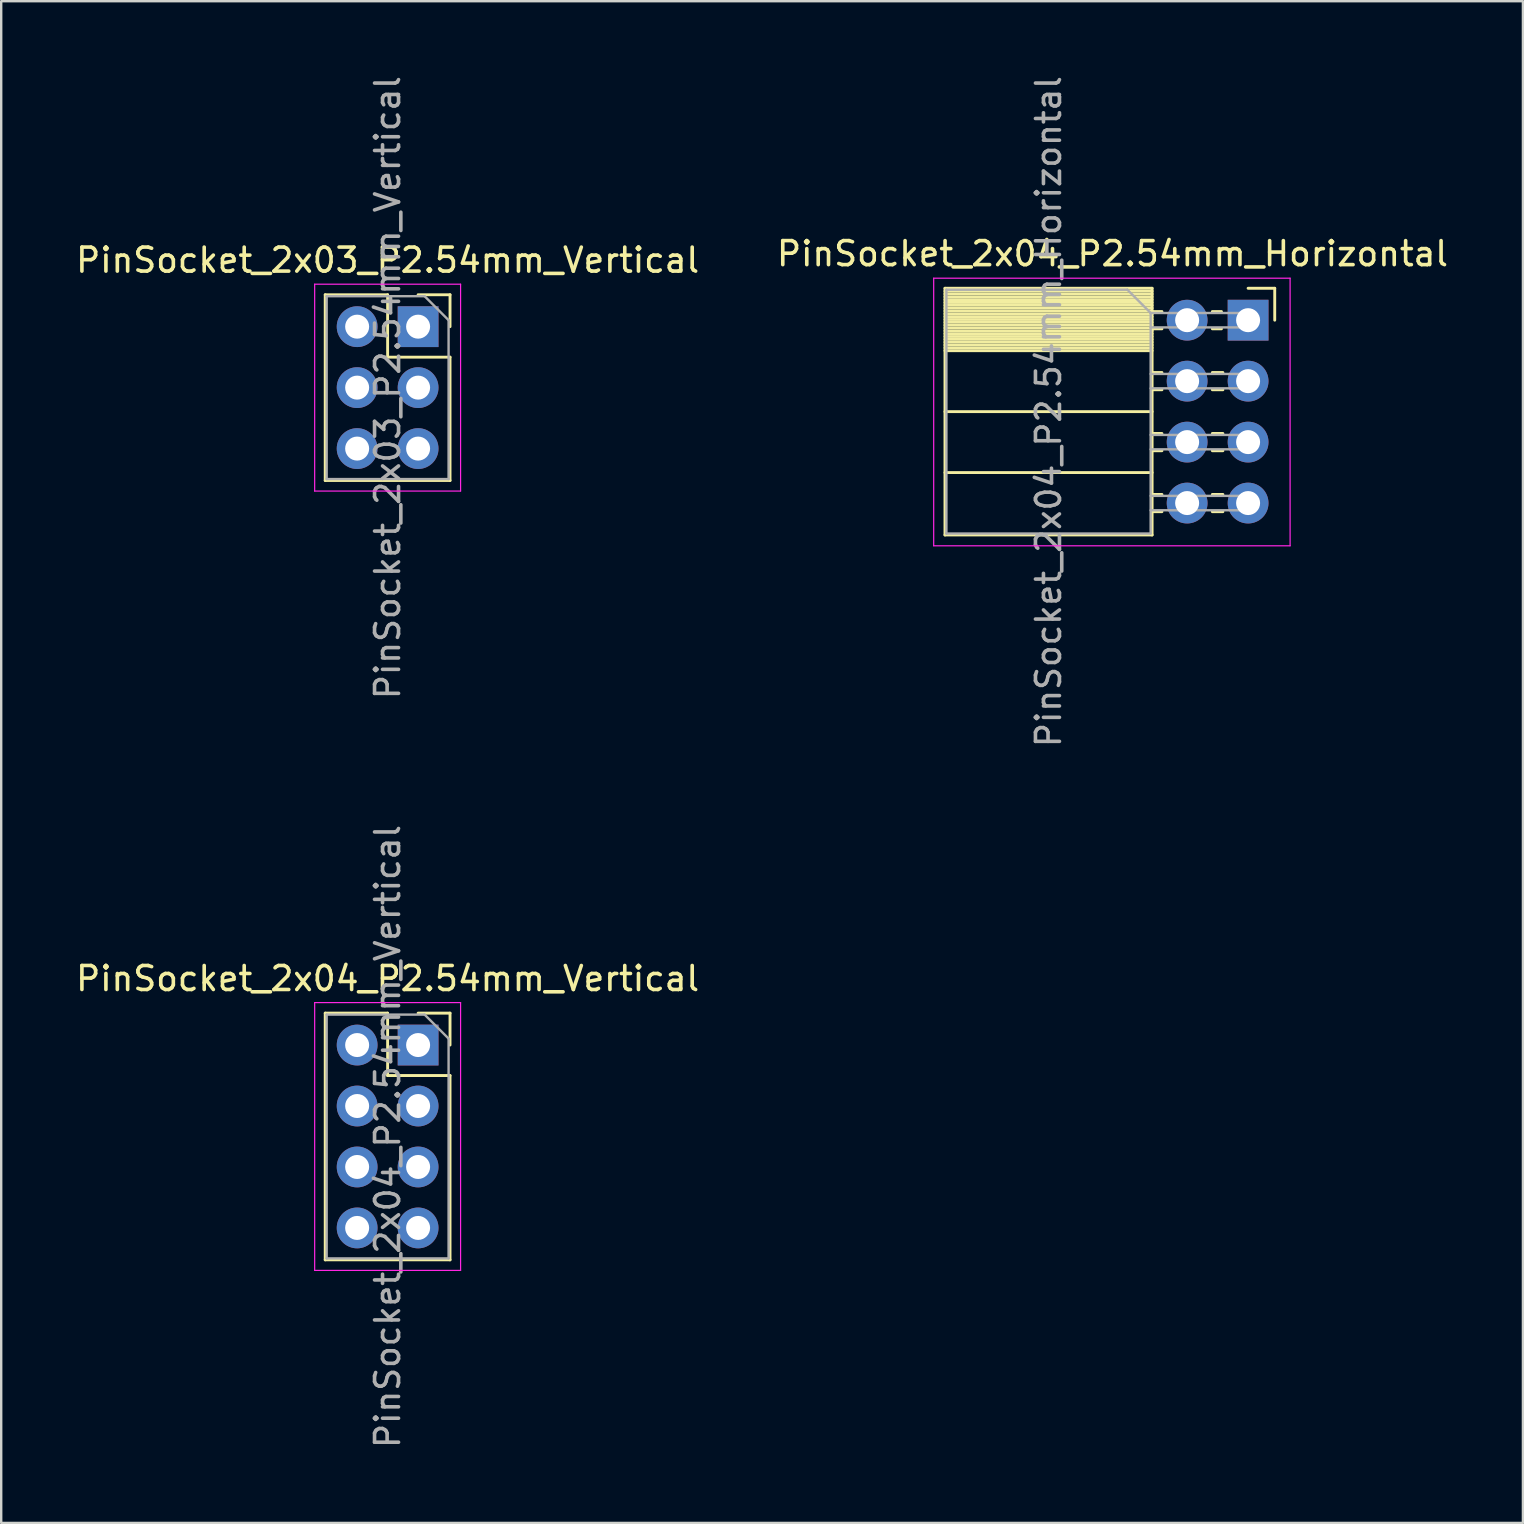
<source format=kicad_pcb>
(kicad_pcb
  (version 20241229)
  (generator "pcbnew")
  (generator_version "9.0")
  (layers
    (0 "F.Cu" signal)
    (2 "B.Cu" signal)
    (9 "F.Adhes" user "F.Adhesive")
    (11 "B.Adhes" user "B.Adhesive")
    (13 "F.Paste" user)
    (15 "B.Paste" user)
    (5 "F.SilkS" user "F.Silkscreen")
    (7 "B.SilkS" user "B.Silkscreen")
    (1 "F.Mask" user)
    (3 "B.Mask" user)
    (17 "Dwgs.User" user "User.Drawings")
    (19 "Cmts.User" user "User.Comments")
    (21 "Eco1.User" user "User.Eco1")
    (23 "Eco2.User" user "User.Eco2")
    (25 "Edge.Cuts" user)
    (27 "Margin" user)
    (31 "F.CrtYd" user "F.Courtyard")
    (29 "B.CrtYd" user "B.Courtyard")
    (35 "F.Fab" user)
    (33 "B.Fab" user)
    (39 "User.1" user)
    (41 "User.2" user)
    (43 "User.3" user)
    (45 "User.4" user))
  (footprint "PinSocket_2x04_P2.54mm_Vertical"
    (layer "F.Cu")
    (at 14.371 40.494)
    (property "Reference" "PinSocket_2x04_P2.54mm_Vertical" (at -1.27 -2.77 0) (layer "F.SilkS") (effects (font (size 1 1) (thickness 0.15))))
    (attr through_hole)
    (fp_line (start -3.87 -1.33) (end -3.87 8.95) (stroke (width 0.12) (type solid)) (layer "F.SilkS"))
    (fp_line (start -3.87 -1.33) (end -1.27 -1.33) (stroke (width 0.12) (type solid)) (layer "F.SilkS"))
    (fp_line (start -3.87 8.95) (end 1.33 8.95) (stroke (width 0.12) (type solid)) (layer "F.SilkS"))
    (fp_line (start -1.27 -1.33) (end -1.27 1.27) (stroke (width 0.12) (type solid)) (layer "F.SilkS"))
    (fp_line (start -1.27 1.27) (end 1.33 1.27) (stroke (width 0.12) (type solid)) (layer "F.SilkS"))
    (fp_line (start 0 -1.33) (end 1.33 -1.33) (stroke (width 0.12) (type solid)) (layer "F.SilkS"))
    (fp_line (start 1.33 -1.33) (end 1.33 0) (stroke (width 0.12) (type solid)) (layer "F.SilkS"))
    (fp_line (start 1.33 1.27) (end 1.33 8.95) (stroke (width 0.12) (type solid)) (layer "F.SilkS"))
    (fp_line (start -4.31 -1.77) (end 1.77 -1.77) (stroke (width 0.05) (type solid)) (layer "F.CrtYd"))
    (fp_line (start -4.31 9.39) (end -4.31 -1.77) (stroke (width 0.05) (type solid)) (layer "F.CrtYd"))
    (fp_line (start 1.77 -1.77) (end 1.77 9.39) (stroke (width 0.05) (type solid)) (layer "F.CrtYd"))
    (fp_line (start 1.77 9.39) (end -4.31 9.39) (stroke (width 0.05) (type solid)) (layer "F.CrtYd"))
    (fp_line (start -3.81 -1.27) (end 0.27 -1.27) (stroke (width 0.1) (type solid)) (layer "F.Fab"))
    (fp_line (start -3.81 8.89) (end -3.81 -1.27) (stroke (width 0.1) (type solid)) (layer "F.Fab"))
    (fp_line (start 0.27 -1.27) (end 1.27 -0.27) (stroke (width 0.1) (type solid)) (layer "F.Fab"))
    (fp_line (start 1.27 -0.27) (end 1.27 8.89) (stroke (width 0.1) (type solid)) (layer "F.Fab"))
    (fp_line (start 1.27 8.89) (end -3.81 8.89) (stroke (width 0.1) (type solid)) (layer "F.Fab"))
    (fp_text user "${REFERENCE}" (at -1.27 3.81 90) (layer "F.Fab") (effects (font (size 1 1) (thickness 0.15))))
    (pad "1" thru_hole rect (at 0 0) (size 1.7 1.7) (drill 1) (layers "*.Cu" "*.Mask"))
    (pad "2" thru_hole circle (at -2.54 0) (size 1.7 1.7) (drill 1) (layers "*.Cu" "*.Mask"))
    (pad "3" thru_hole circle (at 0 2.54) (size 1.7 1.7) (drill 1) (layers "*.Cu" "*.Mask"))
    (pad "4" thru_hole circle (at -2.54 2.54) (size 1.7 1.7) (drill 1) (layers "*.Cu" "*.Mask"))
    (pad "5" thru_hole circle (at 0 5.08) (size 1.7 1.7) (drill 1) (layers "*.Cu" "*.Mask"))
    (pad "6" thru_hole circle (at -2.54 5.08) (size 1.7 1.7) (drill 1) (layers "*.Cu" "*.Mask"))
    (pad "7" thru_hole circle (at 0 7.62) (size 1.7 1.7) (drill 1) (layers "*.Cu" "*.Mask"))
    (pad "8" thru_hole circle (at -2.54 7.62) (size 1.7 1.7) (drill 1) (layers "*.Cu" "*.Mask")))
  (footprint "PinSocket_2x04_P2.54mm_Horizontal"
    (layer "F.Cu")
    (at 48.954 10.291)
    (property "Reference" "PinSocket_2x04_P2.54mm_Horizontal" (at -5.65 -2.77 0) (layer "F.SilkS") (effects (font (size 1 1) (thickness 0.15))))
    (attr through_hole)
    (fp_line (start -12.63 -1.33) (end -12.63 8.95) (stroke (width 0.12) (type solid)) (layer "F.SilkS"))
    (fp_line (start -12.63 -1.33) (end -4 -1.33) (stroke (width 0.12) (type solid)) (layer "F.SilkS"))
    (fp_line (start -12.63 -1.21) (end -4 -1.21) (stroke (width 0.12) (type solid)) (layer "F.SilkS"))
    (fp_line (start -12.63 -1.092) (end -4 -1.092) (stroke (width 0.12) (type solid)) (layer "F.SilkS"))
    (fp_line (start -12.63 -0.974) (end -4 -0.974) (stroke (width 0.12) (type solid)) (layer "F.SilkS"))
    (fp_line (start -12.63 -0.856) (end -4 -0.856) (stroke (width 0.12) (type solid)) (layer "F.SilkS"))
    (fp_line (start -12.63 -0.738) (end -4 -0.738) (stroke (width 0.12) (type solid)) (layer "F.SilkS"))
    (fp_line (start -12.63 -0.62) (end -4 -0.62) (stroke (width 0.12) (type solid)) (layer "F.SilkS"))
    (fp_line (start -12.63 -0.501) (end -4 -0.501) (stroke (width 0.12) (type solid)) (layer "F.SilkS"))
    (fp_line (start -12.63 -0.383) (end -4 -0.383) (stroke (width 0.12) (type solid)) (layer "F.SilkS"))
    (fp_line (start -12.63 -0.265) (end -4 -0.265) (stroke (width 0.12) (type solid)) (layer "F.SilkS"))
    (fp_line (start -12.63 -0.147) (end -4 -0.147) (stroke (width 0.12) (type solid)) (layer "F.SilkS"))
    (fp_line (start -12.63 -0.029) (end -4 -0.029) (stroke (width 0.12) (type solid)) (layer "F.SilkS"))
    (fp_line (start -12.63 0.089) (end -4 0.089) (stroke (width 0.12) (type solid)) (layer "F.SilkS"))
    (fp_line (start -12.63 0.207) (end -4 0.207) (stroke (width 0.12) (type solid)) (layer "F.SilkS"))
    (fp_line (start -12.63 0.325) (end -4 0.325) (stroke (width 0.12) (type solid)) (layer "F.SilkS"))
    (fp_line (start -12.63 0.443) (end -4 0.443) (stroke (width 0.12) (type solid)) (layer "F.SilkS"))
    (fp_line (start -12.63 0.561) (end -4 0.561) (stroke (width 0.12) (type solid)) (layer "F.SilkS"))
    (fp_line (start -12.63 0.68) (end -4 0.68) (stroke (width 0.12) (type solid)) (layer "F.SilkS"))
    (fp_line (start -12.63 0.798) (end -4 0.798) (stroke (width 0.12) (type solid)) (layer "F.SilkS"))
    (fp_line (start -12.63 0.916) (end -4 0.916) (stroke (width 0.12) (type solid)) (layer "F.SilkS"))
    (fp_line (start -12.63 1.034) (end -4 1.034) (stroke (width 0.12) (type solid)) (layer "F.SilkS"))
    (fp_line (start -12.63 1.152) (end -4 1.152) (stroke (width 0.12) (type solid)) (layer "F.SilkS"))
    (fp_line (start -12.63 1.27) (end -4 1.27) (stroke (width 0.12) (type solid)) (layer "F.SilkS"))
    (fp_line (start -12.63 3.81) (end -4 3.81) (stroke (width 0.12) (type solid)) (layer "F.SilkS"))
    (fp_line (start -12.63 6.35) (end -4 6.35) (stroke (width 0.12) (type solid)) (layer "F.SilkS"))
    (fp_line (start -12.63 8.95) (end -4 8.95) (stroke (width 0.12) (type solid)) (layer "F.SilkS"))
    (fp_line (start -4 -1.33) (end -4 8.95) (stroke (width 0.12) (type solid)) (layer "F.SilkS"))
    (fp_line (start -4 -0.36) (end -3.59 -0.36) (stroke (width 0.12) (type solid)) (layer "F.SilkS"))
    (fp_line (start -4 0.36) (end -3.59 0.36) (stroke (width 0.12) (type solid)) (layer "F.SilkS"))
    (fp_line (start -4 2.18) (end -3.59 2.18) (stroke (width 0.12) (type solid)) (layer "F.SilkS"))
    (fp_line (start -4 2.9) (end -3.59 2.9) (stroke (width 0.12) (type solid)) (layer "F.SilkS"))
    (fp_line (start -4 4.72) (end -3.59 4.72) (stroke (width 0.12) (type solid)) (layer "F.SilkS"))
    (fp_line (start -4 5.44) (end -3.59 5.44) (stroke (width 0.12) (type solid)) (layer "F.SilkS"))
    (fp_line (start -4 7.26) (end -3.59 7.26) (stroke (width 0.12) (type solid)) (layer "F.SilkS"))
    (fp_line (start -4 7.98) (end -3.59 7.98) (stroke (width 0.12) (type solid)) (layer "F.SilkS"))
    (fp_line (start -1.49 -0.36) (end -1.11 -0.36) (stroke (width 0.12) (type solid)) (layer "F.SilkS"))
    (fp_line (start -1.49 0.36) (end -1.11 0.36) (stroke (width 0.12) (type solid)) (layer "F.SilkS"))
    (fp_line (start -1.49 2.18) (end -1.05 2.18) (stroke (width 0.12) (type solid)) (layer "F.SilkS"))
    (fp_line (start -1.49 2.9) (end -1.05 2.9) (stroke (width 0.12) (type solid)) (layer "F.SilkS"))
    (fp_line (start -1.49 4.72) (end -1.05 4.72) (stroke (width 0.12) (type solid)) (layer "F.SilkS"))
    (fp_line (start -1.49 5.44) (end -1.05 5.44) (stroke (width 0.12) (type solid)) (layer "F.SilkS"))
    (fp_line (start -1.49 7.26) (end -1.05 7.26) (stroke (width 0.12) (type solid)) (layer "F.SilkS"))
    (fp_line (start -1.49 7.98) (end -1.05 7.98) (stroke (width 0.12) (type solid)) (layer "F.SilkS"))
    (fp_line (start 0 -1.33) (end 1.11 -1.33) (stroke (width 0.12) (type solid)) (layer "F.SilkS"))
    (fp_line (start 1.11 -1.33) (end 1.11 0) (stroke (width 0.12) (type solid)) (layer "F.SilkS"))
    (fp_line (start -13.1 -1.75) (end -13.1 9.4) (stroke (width 0.05) (type solid)) (layer "F.CrtYd"))
    (fp_line (start -13.1 9.4) (end 1.75 9.4) (stroke (width 0.05) (type solid)) (layer "F.CrtYd"))
    (fp_line (start 1.75 -1.75) (end -13.1 -1.75) (stroke (width 0.05) (type solid)) (layer "F.CrtYd"))
    (fp_line (start 1.75 9.4) (end 1.75 -1.75) (stroke (width 0.05) (type solid)) (layer "F.CrtYd"))
    (fp_line (start -12.57 -1.27) (end -5.03 -1.27) (stroke (width 0.1) (type solid)) (layer "F.Fab"))
    (fp_line (start -12.57 8.89) (end -12.57 -1.27) (stroke (width 0.1) (type solid)) (layer "F.Fab"))
    (fp_line (start -5.03 -1.27) (end -4.06 -0.3) (stroke (width 0.1) (type solid)) (layer "F.Fab"))
    (fp_line (start -4.06 -0.3) (end -4.06 8.89) (stroke (width 0.1) (type solid)) (layer "F.Fab"))
    (fp_line (start -4.06 0.3) (end 0 0.3) (stroke (width 0.1) (type solid)) (layer "F.Fab"))
    (fp_line (start -4.06 2.84) (end 0 2.84) (stroke (width 0.1) (type solid)) (layer "F.Fab"))
    (fp_line (start -4.06 5.38) (end 0 5.38) (stroke (width 0.1) (type solid)) (layer "F.Fab"))
    (fp_line (start -4.06 7.92) (end 0 7.92) (stroke (width 0.1) (type solid)) (layer "F.Fab"))
    (fp_line (start -4.06 8.89) (end -12.57 8.89) (stroke (width 0.1) (type solid)) (layer "F.Fab"))
    (fp_line (start 0 -0.3) (end -4.06 -0.3) (stroke (width 0.1) (type solid)) (layer "F.Fab"))
    (fp_line (start 0 0.3) (end 0 -0.3) (stroke (width 0.1) (type solid)) (layer "F.Fab"))
    (fp_line (start 0 2.24) (end -4.06 2.24) (stroke (width 0.1) (type solid)) (layer "F.Fab"))
    (fp_line (start 0 2.84) (end 0 2.24) (stroke (width 0.1) (type solid)) (layer "F.Fab"))
    (fp_line (start 0 4.78) (end -4.06 4.78) (stroke (width 0.1) (type solid)) (layer "F.Fab"))
    (fp_line (start 0 5.38) (end 0 4.78) (stroke (width 0.1) (type solid)) (layer "F.Fab"))
    (fp_line (start 0 7.32) (end -4.06 7.32) (stroke (width 0.1) (type solid)) (layer "F.Fab"))
    (fp_line (start 0 7.92) (end 0 7.32) (stroke (width 0.1) (type solid)) (layer "F.Fab"))
    (fp_text user "${REFERENCE}" (at -8.315 3.81 90) (layer "F.Fab") (effects (font (size 1 1) (thickness 0.15))))
    (pad "1" thru_hole rect (at 0 0) (size 1.7 1.7) (drill 1) (layers "*.Cu" "*.Mask"))
    (pad "2" thru_hole circle (at -2.54 0) (size 1.7 1.7) (drill 1) (layers "*.Cu" "*.Mask"))
    (pad "3" thru_hole circle (at 0 2.54) (size 1.7 1.7) (drill 1) (layers "*.Cu" "*.Mask"))
    (pad "4" thru_hole circle (at -2.54 2.54) (size 1.7 1.7) (drill 1) (layers "*.Cu" "*.Mask"))
    (pad "5" thru_hole circle (at 0 5.08) (size 1.7 1.7) (drill 1) (layers "*.Cu" "*.Mask"))
    (pad "6" thru_hole circle (at -2.54 5.08) (size 1.7 1.7) (drill 1) (layers "*.Cu" "*.Mask"))
    (pad "7" thru_hole circle (at 0 7.62) (size 1.7 1.7) (drill 1) (layers "*.Cu" "*.Mask"))
    (pad "8" thru_hole circle (at -2.54 7.62) (size 1.7 1.7) (drill 1) (layers "*.Cu" "*.Mask")))
  (footprint "PinSocket_2x03_P2.54mm_Vertical"
    (layer "F.Cu")
    (at 14.371 10.561)
    (property "Reference" "PinSocket_2x03_P2.54mm_Vertical" (at -1.27 -2.77 0) (layer "F.SilkS") (effects (font (size 1 1) (thickness 0.15))))
    (attr through_hole)
    (fp_line (start -3.87 -1.33) (end -3.87 6.41) (stroke (width 0.12) (type solid)) (layer "F.SilkS"))
    (fp_line (start -3.87 -1.33) (end -1.27 -1.33) (stroke (width 0.12) (type solid)) (layer "F.SilkS"))
    (fp_line (start -3.87 6.41) (end 1.33 6.41) (stroke (width 0.12) (type solid)) (layer "F.SilkS"))
    (fp_line (start -1.27 -1.33) (end -1.27 1.27) (stroke (width 0.12) (type solid)) (layer "F.SilkS"))
    (fp_line (start -1.27 1.27) (end 1.33 1.27) (stroke (width 0.12) (type solid)) (layer "F.SilkS"))
    (fp_line (start 0 -1.33) (end 1.33 -1.33) (stroke (width 0.12) (type solid)) (layer "F.SilkS"))
    (fp_line (start 1.33 -1.33) (end 1.33 0) (stroke (width 0.12) (type solid)) (layer "F.SilkS"))
    (fp_line (start 1.33 1.27) (end 1.33 6.41) (stroke (width 0.12) (type solid)) (layer "F.SilkS"))
    (fp_line (start -4.31 -1.77) (end 1.77 -1.77) (stroke (width 0.05) (type solid)) (layer "F.CrtYd"))
    (fp_line (start -4.31 6.85) (end -4.31 -1.77) (stroke (width 0.05) (type solid)) (layer "F.CrtYd"))
    (fp_line (start 1.77 -1.77) (end 1.77 6.85) (stroke (width 0.05) (type solid)) (layer "F.CrtYd"))
    (fp_line (start 1.77 6.85) (end -4.31 6.85) (stroke (width 0.05) (type solid)) (layer "F.CrtYd"))
    (fp_line (start -3.81 -1.27) (end 0.27 -1.27) (stroke (width 0.1) (type solid)) (layer "F.Fab"))
    (fp_line (start -3.81 6.35) (end -3.81 -1.27) (stroke (width 0.1) (type solid)) (layer "F.Fab"))
    (fp_line (start 0.27 -1.27) (end 1.27 -0.27) (stroke (width 0.1) (type solid)) (layer "F.Fab"))
    (fp_line (start 1.27 -0.27) (end 1.27 6.35) (stroke (width 0.1) (type solid)) (layer "F.Fab"))
    (fp_line (start 1.27 6.35) (end -3.81 6.35) (stroke (width 0.1) (type solid)) (layer "F.Fab"))
    (fp_text user "${REFERENCE}" (at -1.27 2.54 90) (layer "F.Fab") (effects (font (size 1 1) (thickness 0.15))))
    (pad "1" thru_hole rect (at 0 0) (size 1.7 1.7) (drill 1) (layers "*.Cu" "*.Mask"))
    (pad "2" thru_hole circle (at -2.54 0) (size 1.7 1.7) (drill 1) (layers "*.Cu" "*.Mask"))
    (pad "3" thru_hole circle (at 0 2.54) (size 1.7 1.7) (drill 1) (layers "*.Cu" "*.Mask"))
    (pad "4" thru_hole circle (at -2.54 2.54) (size 1.7 1.7) (drill 1) (layers "*.Cu" "*.Mask"))
    (pad "5" thru_hole circle (at 0 5.08) (size 1.7 1.7) (drill 1) (layers "*.Cu" "*.Mask"))
    (pad "6" thru_hole circle (at -2.54 5.08) (size 1.7 1.7) (drill 1) (layers "*.Cu" "*.Mask")))
  (gr_rect
    (start -3 -3)
    (end 60.405 60.405)
    (stroke (width 0.1) (type default))
    (fill no)
    (layer "Edge.Cuts")))
</source>
